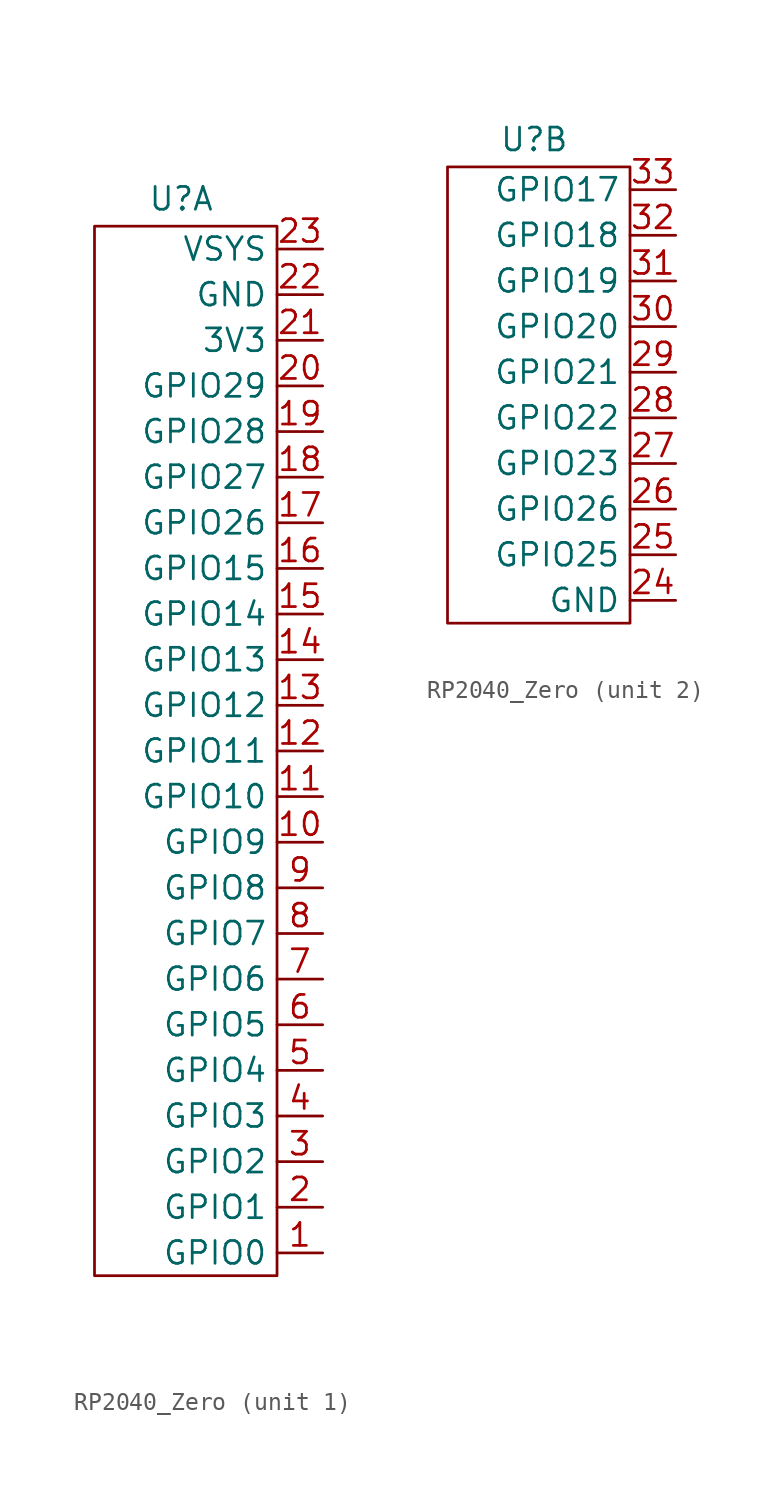
<source format=kicad_sym>
(kicad_symbol_lib
  (version 20231120)
  (generator "kicad_symbol_editor")
  (generator_version "8.0")
  (symbol "RP2040_Zero"
    (property "Reference" "U"
      (at -5.334 4.064 0)
      (effects (font (size 1.27 1.27))))
    (property "Value" ""
      (at 0 0 0)
      (effects (font (size 1.27 1.27))))
    (property "ki_locked" ""
      (at 0 0 0)
      (effects (font (size 1.27 1.27))))
    (symbol "RP2040_Zero_1_1"
      (rectangle (start -10.16 2.54) (end 0 -55.88) (stroke (width 0) (type default)) (fill (type none)))
      (pin bidirectional line (at 2.54 -54.61 180) (length 2.54) (name "GPIO0" (effects (font (size 1.27 1.27)))) (number "1" (effects (font (size 1.27 1.27)))))
      (pin bidirectional line (at 2.54 -31.75 180) (length 2.54) (name "GPIO9" (effects (font (size 1.27 1.27)))) (number "10" (effects (font (size 1.27 1.27)))))
      (pin bidirectional line (at 2.54 -29.21 180) (length 2.54) (name "GPIO10" (effects (font (size 1.27 1.27)))) (number "11" (effects (font (size 1.27 1.27)))))
      (pin bidirectional line (at 2.54 -26.67 180) (length 2.54) (name "GPIO11" (effects (font (size 1.27 1.27)))) (number "12" (effects (font (size 1.27 1.27)))))
      (pin bidirectional line (at 2.54 -24.13 180) (length 2.54) (name "GPIO12" (effects (font (size 1.27 1.27)))) (number "13" (effects (font (size 1.27 1.27)))))
      (pin bidirectional line (at 2.54 -21.59 180) (length 2.54) (name "GPIO13" (effects (font (size 1.27 1.27)))) (number "14" (effects (font (size 1.27 1.27)))))
      (pin bidirectional line (at 2.54 -19.05 180) (length 2.54) (name "GPIO14" (effects (font (size 1.27 1.27)))) (number "15" (effects (font (size 1.27 1.27)))))
      (pin bidirectional line (at 2.54 -16.51 180) (length 2.54) (name "GPIO15" (effects (font (size 1.27 1.27)))) (number "16" (effects (font (size 1.27 1.27)))))
      (pin bidirectional line (at 2.54 -13.97 180) (length 2.54) (name "GPIO26" (effects (font (size 1.27 1.27)))) (number "17" (effects (font (size 1.27 1.27)))))
      (pin bidirectional line (at 2.54 -11.43 180) (length 2.54) (name "GPIO27" (effects (font (size 1.27 1.27)))) (number "18" (effects (font (size 1.27 1.27)))))
      (pin bidirectional line (at 2.54 -8.89 180) (length 2.54) (name "GPIO28" (effects (font (size 1.27 1.27)))) (number "19" (effects (font (size 1.27 1.27)))))
      (pin bidirectional line (at 2.54 -52.07 180) (length 2.54) (name "GPIO1" (effects (font (size 1.27 1.27)))) (number "2" (effects (font (size 1.27 1.27)))))
      (pin bidirectional line (at 2.54 -6.35 180) (length 2.54) (name "GPIO29" (effects (font (size 1.27 1.27)))) (number "20" (effects (font (size 1.27 1.27)))))
      (pin power_out line (at 2.54 -3.81 180) (length 2.54) (name "3V3" (effects (font (size 1.27 1.27)))) (number "21" (effects (font (size 1.27 1.27)))))
      (pin power_in line (at 2.54 -1.27 180) (length 2.54) (name "GND" (effects (font (size 1.27 1.27)))) (number "22" (effects (font (size 1.27 1.27)))))
      (pin power_in line (at 2.54 1.27 180) (length 2.54) (name "VSYS" (effects (font (size 1.27 1.27)))) (number "23" (effects (font (size 1.27 1.27)))))
      (pin bidirectional line (at 2.54 -49.53 180) (length 2.54) (name "GPIO2" (effects (font (size 1.27 1.27)))) (number "3" (effects (font (size 1.27 1.27)))))
      (pin bidirectional line (at 2.54 -46.99 180) (length 2.54) (name "GPIO3" (effects (font (size 1.27 1.27)))) (number "4" (effects (font (size 1.27 1.27)))))
      (pin bidirectional line (at 2.54 -44.45 180) (length 2.54) (name "GPIO4" (effects (font (size 1.27 1.27)))) (number "5" (effects (font (size 1.27 1.27)))))
      (pin bidirectional line (at 2.54 -41.91 180) (length 2.54) (name "GPIO5" (effects (font (size 1.27 1.27)))) (number "6" (effects (font (size 1.27 1.27)))))
      (pin bidirectional line (at 2.54 -39.37 180) (length 2.54) (name "GPIO6" (effects (font (size 1.27 1.27)))) (number "7" (effects (font (size 1.27 1.27)))))
      (pin bidirectional line (at 2.54 -36.83 180) (length 2.54) (name "GPIO7" (effects (font (size 1.27 1.27)))) (number "8" (effects (font (size 1.27 1.27)))))
      (pin bidirectional line (at 2.54 -34.29 180) (length 2.54) (name "GPIO8" (effects (font (size 1.27 1.27)))) (number "9" (effects (font (size 1.27 1.27))))))
    (symbol "RP2040_Zero_2_1"
      (rectangle (start -10.16 2.54) (end 0 -22.86) (stroke (width 0) (type default)) (fill (type none)))
      (pin power_in line (at 2.54 -21.59 180) (length 2.54) (name "GND" (effects (font (size 1.27 1.27)))) (number "24" (effects (font (size 1.27 1.27)))))
      (pin bidirectional line (at 2.54 -19.05 180) (length 2.54) (name "GPIO25" (effects (font (size 1.27 1.27)))) (number "25" (effects (font (size 1.27 1.27)))))
      (pin bidirectional line (at 2.54 -16.51 180) (length 2.54) (name "GPIO26" (effects (font (size 1.27 1.27)))) (number "26" (effects (font (size 1.27 1.27)))))
      (pin bidirectional line (at 2.54 -13.97 180) (length 2.54) (name "GPIO23" (effects (font (size 1.27 1.27)))) (number "27" (effects (font (size 1.27 1.27)))))
      (pin bidirectional line (at 2.54 -11.43 180) (length 2.54) (name "GPIO22" (effects (font (size 1.27 1.27)))) (number "28" (effects (font (size 1.27 1.27)))))
      (pin bidirectional line (at 2.54 -8.89 180) (length 2.54) (name "GPIO21" (effects (font (size 1.27 1.27)))) (number "29" (effects (font (size 1.27 1.27)))))
      (pin bidirectional line (at 2.54 -6.35 180) (length 2.54) (name "GPIO20" (effects (font (size 1.27 1.27)))) (number "30" (effects (font (size 1.27 1.27)))))
      (pin bidirectional line (at 2.54 -3.81 180) (length 2.54) (name "GPIO19" (effects (font (size 1.27 1.27)))) (number "31" (effects (font (size 1.27 1.27)))))
      (pin bidirectional line (at 2.54 -1.27 180) (length 2.54) (name "GPIO18" (effects (font (size 1.27 1.27)))) (number "32" (effects (font (size 1.27 1.27)))))
      (pin bidirectional line (at 2.54 1.27 180) (length 2.54) (name "GPIO17" (effects (font (size 1.27 1.27)))) (number "33" (effects (font (size 1.27 1.27))))))))
</source>
